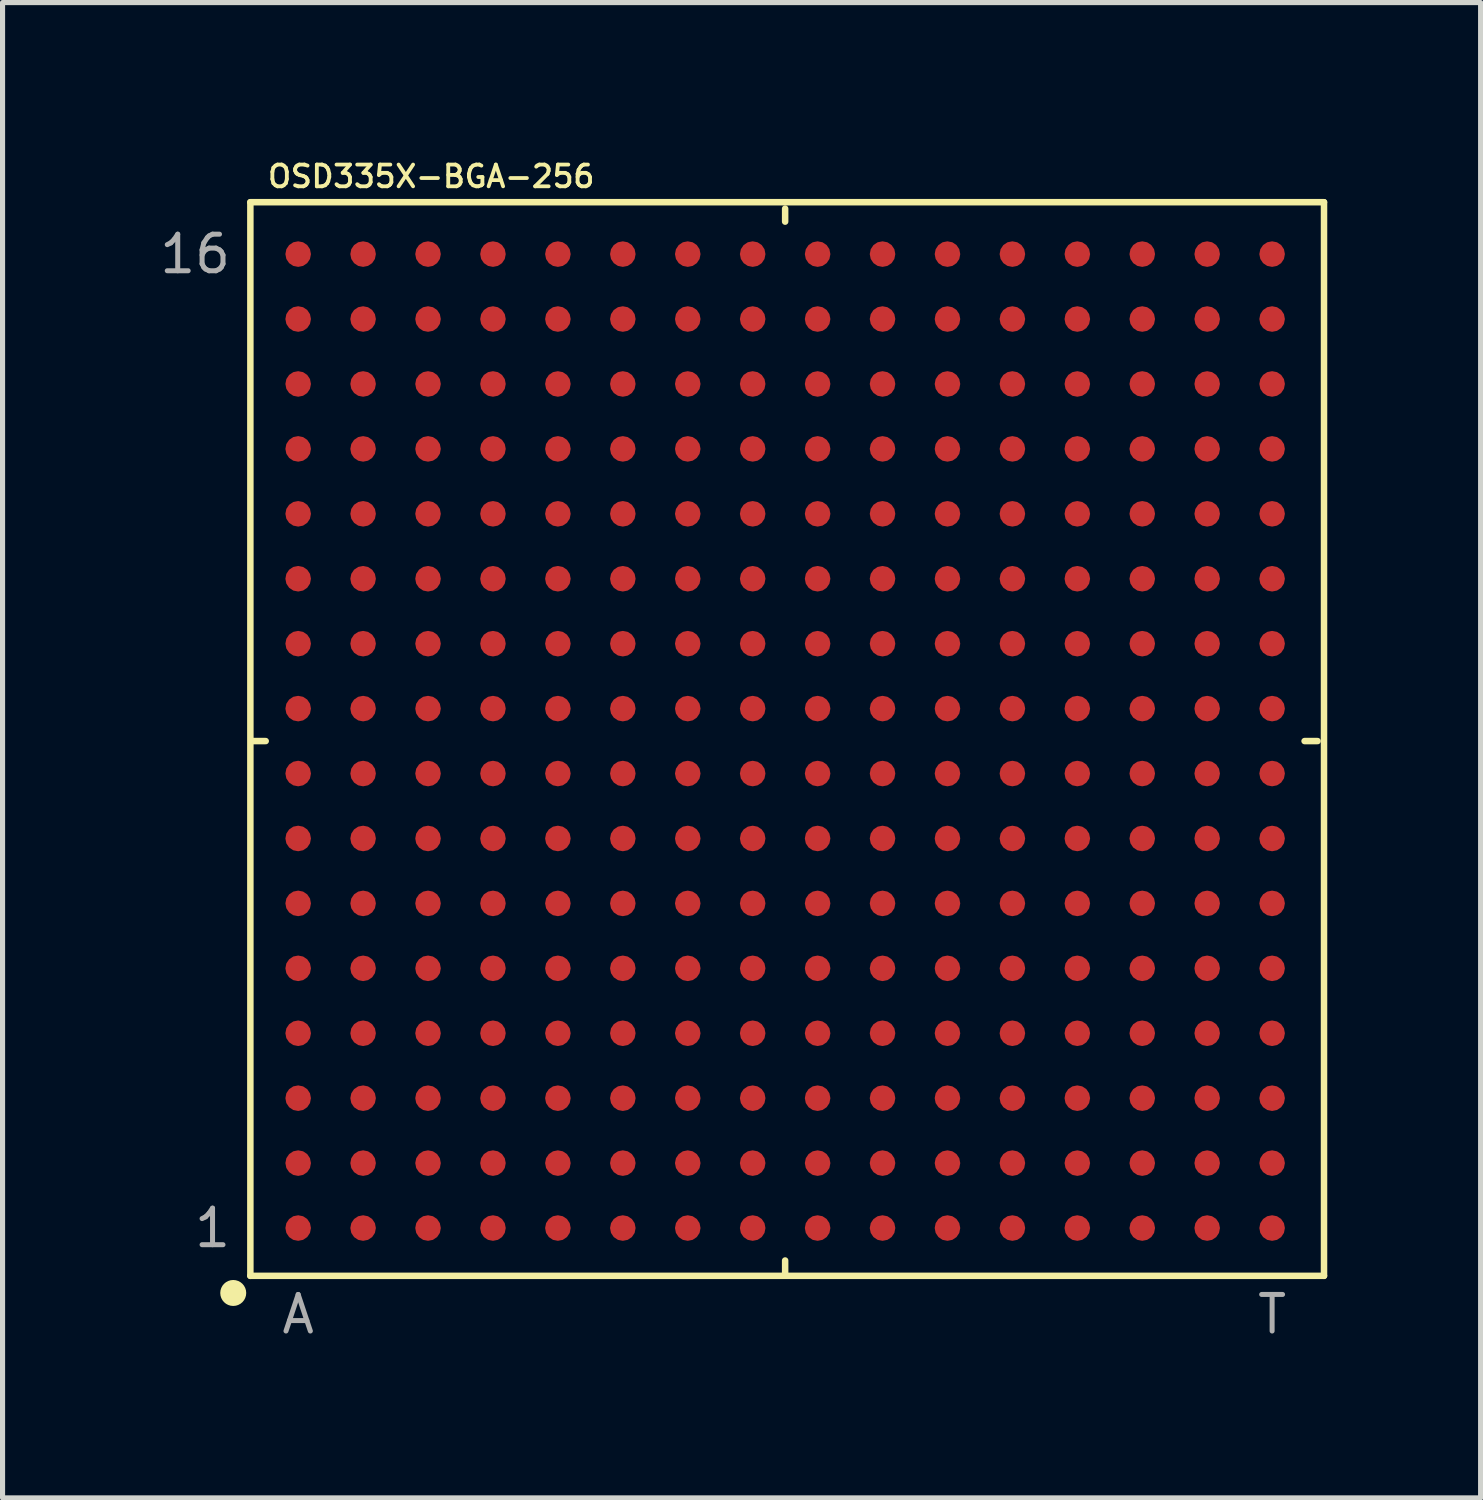
<source format=kicad_pcb>
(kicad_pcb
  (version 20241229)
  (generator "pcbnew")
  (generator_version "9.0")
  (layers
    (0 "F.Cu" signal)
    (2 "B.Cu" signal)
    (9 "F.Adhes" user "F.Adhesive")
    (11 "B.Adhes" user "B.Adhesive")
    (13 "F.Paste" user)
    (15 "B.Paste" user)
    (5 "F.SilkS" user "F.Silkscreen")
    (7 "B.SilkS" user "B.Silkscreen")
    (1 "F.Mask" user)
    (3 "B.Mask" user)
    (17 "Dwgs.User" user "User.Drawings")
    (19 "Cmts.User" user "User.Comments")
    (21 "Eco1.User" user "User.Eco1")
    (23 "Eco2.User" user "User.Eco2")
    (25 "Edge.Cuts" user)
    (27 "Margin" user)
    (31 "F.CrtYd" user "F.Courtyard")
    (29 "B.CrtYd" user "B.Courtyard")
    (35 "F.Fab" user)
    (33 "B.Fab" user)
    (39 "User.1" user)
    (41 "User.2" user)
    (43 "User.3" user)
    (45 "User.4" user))
  (footprint "OSD335X-BGA-256"
    (layer "F.Cu")
    (at 12.307 11.445)
    (property "Reference" "OSD335X-BGA-256" (at -10.16 -10.795 0) (layer "F.SilkS") (effects (font (size 0.425 0.425) (thickness 0.075)) (justify left bottom)))
    (fp_line (start -10.46 -10.54) (end -10.46 10.46) (stroke (width 0.127) (type solid)) (layer "F.SilkS"))
    (fp_line (start -10.46 10.46) (end 10.54 10.46) (stroke (width 0.127) (type solid)) (layer "F.SilkS"))
    (fp_line (start -10.414 0) (end -10.16 0) (stroke (width 0.127) (type solid)) (layer "F.SilkS"))
    (fp_line (start 0 -10.414) (end 0 -10.16) (stroke (width 0.127) (type solid)) (layer "F.SilkS"))
    (fp_line (start 0 10.414) (end 0 10.16) (stroke (width 0.127) (type solid)) (layer "F.SilkS"))
    (fp_line (start 10.414 0) (end 10.16 0) (stroke (width 0.127) (type solid)) (layer "F.SilkS"))
    (fp_line (start 10.54 -10.54) (end -10.46 -10.54) (stroke (width 0.127) (type solid)) (layer "F.SilkS"))
    (fp_line (start 10.54 10.46) (end 10.54 -10.54) (stroke (width 0.127) (type solid)) (layer "F.SilkS"))
    (fp_circle (center -10.795 10.795) (end -10.668 10.795) (stroke (width 0.254) (type solid)) (fill no) (layer "F.SilkS"))
    (fp_text user "1" (at -10.795 9.525 0) (layer "F.Fab") (effects (font (size 0.715 0.715) (thickness 0.098)) (justify right)))
    (fp_text user "16" (at -10.795 -9.525 0) (layer "F.Fab") (effects (font (size 0.715 0.715) (thickness 0.098)) (justify right)))
    (fp_text user "A" (at -9.525 10.795 0) (layer "F.Fab") (effects (font (size 0.715 0.715) (thickness 0.098)) (justify top)))
    (fp_text user "T" (at 9.525 10.795 0) (layer "F.Fab") (effects (font (size 0.715 0.715) (thickness 0.098)) (justify top)))
    (pad "A1" smd roundrect (at -9.525 9.525) (size 0.5 0.5) (layers "F.Cu" "F.Mask" "F.Paste") (roundrect_rratio 0.5))
    (pad "A2" smd roundrect (at -9.525 8.255) (size 0.5 0.5) (layers "F.Cu" "F.Mask" "F.Paste") (roundrect_rratio 0.5))
    (pad "A3" smd roundrect (at -9.525 6.985) (size 0.5 0.5) (layers "F.Cu" "F.Mask" "F.Paste") (roundrect_rratio 0.5))
    (pad "A4" smd roundrect (at -9.525 5.715) (size 0.5 0.5) (layers "F.Cu" "F.Mask" "F.Paste") (roundrect_rratio 0.5))
    (pad "A5" smd roundrect (at -9.525 4.445) (size 0.5 0.5) (layers "F.Cu" "F.Mask" "F.Paste") (roundrect_rratio 0.5))
    (pad "A6" smd roundrect (at -9.525 3.175) (size 0.5 0.5) (layers "F.Cu" "F.Mask" "F.Paste") (roundrect_rratio 0.5))
    (pad "A7" smd roundrect (at -9.525 1.905) (size 0.5 0.5) (layers "F.Cu" "F.Mask" "F.Paste") (roundrect_rratio 0.5))
    (pad "A8" smd roundrect (at -9.525 0.635) (size 0.5 0.5) (layers "F.Cu" "F.Mask" "F.Paste") (roundrect_rratio 0.5))
    (pad "A9" smd roundrect (at -9.525 -0.635) (size 0.5 0.5) (layers "F.Cu" "F.Mask" "F.Paste") (roundrect_rratio 0.5))
    (pad "A10" smd roundrect (at -9.525 -1.905) (size 0.5 0.5) (layers "F.Cu" "F.Mask" "F.Paste") (roundrect_rratio 0.5))
    (pad "A11" smd roundrect (at -9.525 -3.175) (size 0.5 0.5) (layers "F.Cu" "F.Mask" "F.Paste") (roundrect_rratio 0.5))
    (pad "A12" smd roundrect (at -9.525 -4.445) (size 0.5 0.5) (layers "F.Cu" "F.Mask" "F.Paste") (roundrect_rratio 0.5))
    (pad "A13" smd roundrect (at -9.525 -5.715) (size 0.5 0.5) (layers "F.Cu" "F.Mask" "F.Paste") (roundrect_rratio 0.5))
    (pad "A14" smd roundrect (at -9.525 -6.985) (size 0.5 0.5) (layers "F.Cu" "F.Mask" "F.Paste") (roundrect_rratio 0.5))
    (pad "A15" smd roundrect (at -9.525 -8.255) (size 0.5 0.5) (layers "F.Cu" "F.Mask" "F.Paste") (roundrect_rratio 0.5))
    (pad "A16" smd roundrect (at -9.525 -9.525) (size 0.5 0.5) (layers "F.Cu" "F.Mask" "F.Paste") (roundrect_rratio 0.5))
    (pad "B1" smd roundrect (at -8.255 9.525) (size 0.5 0.5) (layers "F.Cu" "F.Mask" "F.Paste") (roundrect_rratio 0.5))
    (pad "B2" smd roundrect (at -8.255 8.255) (size 0.5 0.5) (layers "F.Cu" "F.Mask" "F.Paste") (roundrect_rratio 0.5))
    (pad "B3" smd roundrect (at -8.255 6.985) (size 0.5 0.5) (layers "F.Cu" "F.Mask" "F.Paste") (roundrect_rratio 0.5))
    (pad "B4" smd roundrect (at -8.255 5.715) (size 0.5 0.5) (layers "F.Cu" "F.Mask" "F.Paste") (roundrect_rratio 0.5))
    (pad "B5" smd roundrect (at -8.255 4.445) (size 0.5 0.5) (layers "F.Cu" "F.Mask" "F.Paste") (roundrect_rratio 0.5))
    (pad "B6" smd roundrect (at -8.255 3.175) (size 0.5 0.5) (layers "F.Cu" "F.Mask" "F.Paste") (roundrect_rratio 0.5))
    (pad "B7" smd roundrect (at -8.255 1.905) (size 0.5 0.5) (layers "F.Cu" "F.Mask" "F.Paste") (roundrect_rratio 0.5))
    (pad "B8" smd roundrect (at -8.255 0.635) (size 0.5 0.5) (layers "F.Cu" "F.Mask" "F.Paste") (roundrect_rratio 0.5))
    (pad "B9" smd roundrect (at -8.255 -0.635) (size 0.5 0.5) (layers "F.Cu" "F.Mask" "F.Paste") (roundrect_rratio 0.5))
    (pad "B10" smd roundrect (at -8.255 -1.905) (size 0.5 0.5) (layers "F.Cu" "F.Mask" "F.Paste") (roundrect_rratio 0.5))
    (pad "B11" smd roundrect (at -8.255 -3.175) (size 0.5 0.5) (layers "F.Cu" "F.Mask" "F.Paste") (roundrect_rratio 0.5))
    (pad "B12" smd roundrect (at -8.255 -4.445) (size 0.5 0.5) (layers "F.Cu" "F.Mask" "F.Paste") (roundrect_rratio 0.5))
    (pad "B13" smd roundrect (at -8.255 -5.715) (size 0.5 0.5) (layers "F.Cu" "F.Mask" "F.Paste") (roundrect_rratio 0.5))
    (pad "B14" smd roundrect (at -8.255 -6.985) (size 0.5 0.5) (layers "F.Cu" "F.Mask" "F.Paste") (roundrect_rratio 0.5))
    (pad "B15" smd roundrect (at -8.255 -8.255) (size 0.5 0.5) (layers "F.Cu" "F.Mask" "F.Paste") (roundrect_rratio 0.5))
    (pad "B16" smd roundrect (at -8.255 -9.525) (size 0.5 0.5) (layers "F.Cu" "F.Mask" "F.Paste") (roundrect_rratio 0.5))
    (pad "C1" smd roundrect (at -6.985 9.525) (size 0.5 0.5) (layers "F.Cu" "F.Mask" "F.Paste") (roundrect_rratio 0.5))
    (pad "C2" smd roundrect (at -6.985 8.255) (size 0.5 0.5) (layers "F.Cu" "F.Mask" "F.Paste") (roundrect_rratio 0.5))
    (pad "C3" smd roundrect (at -6.985 6.985) (size 0.5 0.5) (layers "F.Cu" "F.Mask" "F.Paste") (roundrect_rratio 0.5))
    (pad "C4" smd roundrect (at -6.985 5.715) (size 0.5 0.5) (layers "F.Cu" "F.Mask" "F.Paste") (roundrect_rratio 0.5))
    (pad "C5" smd roundrect (at -6.985 4.445) (size 0.5 0.5) (layers "F.Cu" "F.Mask" "F.Paste") (roundrect_rratio 0.5))
    (pad "C6" smd roundrect (at -6.985 3.175) (size 0.5 0.5) (layers "F.Cu" "F.Mask" "F.Paste") (roundrect_rratio 0.5))
    (pad "C7" smd roundrect (at -6.985 1.905) (size 0.5 0.5) (layers "F.Cu" "F.Mask" "F.Paste") (roundrect_rratio 0.5))
    (pad "C8" smd roundrect (at -6.985 0.635) (size 0.5 0.5) (layers "F.Cu" "F.Mask" "F.Paste") (roundrect_rratio 0.5))
    (pad "C9" smd roundrect (at -6.985 -0.635) (size 0.5 0.5) (layers "F.Cu" "F.Mask" "F.Paste") (roundrect_rratio 0.5))
    (pad "C10" smd roundrect (at -6.985 -1.905) (size 0.5 0.5) (layers "F.Cu" "F.Mask" "F.Paste") (roundrect_rratio 0.5))
    (pad "C11" smd roundrect (at -6.985 -3.175) (size 0.5 0.5) (layers "F.Cu" "F.Mask" "F.Paste") (roundrect_rratio 0.5))
    (pad "C12" smd roundrect (at -6.985 -4.445) (size 0.5 0.5) (layers "F.Cu" "F.Mask" "F.Paste") (roundrect_rratio 0.5))
    (pad "C13" smd roundrect (at -6.985 -5.715) (size 0.5 0.5) (layers "F.Cu" "F.Mask" "F.Paste") (roundrect_rratio 0.5))
    (pad "C14" smd roundrect (at -6.985 -6.985) (size 0.5 0.5) (layers "F.Cu" "F.Mask" "F.Paste") (roundrect_rratio 0.5))
    (pad "C15" smd roundrect (at -6.985 -8.255) (size 0.5 0.5) (layers "F.Cu" "F.Mask" "F.Paste") (roundrect_rratio 0.5))
    (pad "C16" smd roundrect (at -6.985 -9.525) (size 0.5 0.5) (layers "F.Cu" "F.Mask" "F.Paste") (roundrect_rratio 0.5))
    (pad "D1" smd roundrect (at -5.715 9.525) (size 0.5 0.5) (layers "F.Cu" "F.Mask" "F.Paste") (roundrect_rratio 0.5))
    (pad "D2" smd roundrect (at -5.715 8.255) (size 0.5 0.5) (layers "F.Cu" "F.Mask" "F.Paste") (roundrect_rratio 0.5))
    (pad "D3" smd roundrect (at -5.715 6.985) (size 0.5 0.5) (layers "F.Cu" "F.Mask" "F.Paste") (roundrect_rratio 0.5))
    (pad "D4" smd roundrect (at -5.715 5.715) (size 0.5 0.5) (layers "F.Cu" "F.Mask" "F.Paste") (roundrect_rratio 0.5))
    (pad "D5" smd roundrect (at -5.715 4.445) (size 0.5 0.5) (layers "F.Cu" "F.Mask" "F.Paste") (roundrect_rratio 0.5))
    (pad "D6" smd roundrect (at -5.715 3.175) (size 0.5 0.5) (layers "F.Cu" "F.Mask" "F.Paste") (roundrect_rratio 0.5))
    (pad "D7" smd roundrect (at -5.715 1.905) (size 0.5 0.5) (layers "F.Cu" "F.Mask" "F.Paste") (roundrect_rratio 0.5))
    (pad "D8" smd roundrect (at -5.715 0.635) (size 0.5 0.5) (layers "F.Cu" "F.Mask" "F.Paste") (roundrect_rratio 0.5))
    (pad "D9" smd roundrect (at -5.715 -0.635) (size 0.5 0.5) (layers "F.Cu" "F.Mask" "F.Paste") (roundrect_rratio 0.5))
    (pad "D10" smd roundrect (at -5.715 -1.905) (size 0.5 0.5) (layers "F.Cu" "F.Mask" "F.Paste") (roundrect_rratio 0.5))
    (pad "D11" smd roundrect (at -5.715 -3.175) (size 0.5 0.5) (layers "F.Cu" "F.Mask" "F.Paste") (roundrect_rratio 0.5))
    (pad "D12" smd roundrect (at -5.715 -4.445) (size 0.5 0.5) (layers "F.Cu" "F.Mask" "F.Paste") (roundrect_rratio 0.5))
    (pad "D13" smd roundrect (at -5.715 -5.715) (size 0.5 0.5) (layers "F.Cu" "F.Mask" "F.Paste") (roundrect_rratio 0.5))
    (pad "D14" smd roundrect (at -5.715 -6.985) (size 0.5 0.5) (layers "F.Cu" "F.Mask" "F.Paste") (roundrect_rratio 0.5))
    (pad "D15" smd roundrect (at -5.715 -8.255) (size 0.5 0.5) (layers "F.Cu" "F.Mask" "F.Paste") (roundrect_rratio 0.5))
    (pad "D16" smd roundrect (at -5.715 -9.525) (size 0.5 0.5) (layers "F.Cu" "F.Mask" "F.Paste") (roundrect_rratio 0.5))
    (pad "E1" smd roundrect (at -4.445 9.525) (size 0.5 0.5) (layers "F.Cu" "F.Mask" "F.Paste") (roundrect_rratio 0.5))
    (pad "E2" smd roundrect (at -4.445 8.255) (size 0.5 0.5) (layers "F.Cu" "F.Mask" "F.Paste") (roundrect_rratio 0.5))
    (pad "E3" smd roundrect (at -4.445 6.985) (size 0.5 0.5) (layers "F.Cu" "F.Mask" "F.Paste") (roundrect_rratio 0.5))
    (pad "E4" smd roundrect (at -4.445 5.715) (size 0.5 0.5) (layers "F.Cu" "F.Mask" "F.Paste") (roundrect_rratio 0.5))
    (pad "E5" smd roundrect (at -4.445 4.445) (size 0.5 0.5) (layers "F.Cu" "F.Mask" "F.Paste") (roundrect_rratio 0.5))
    (pad "E6" smd roundrect (at -4.445 3.175) (size 0.5 0.5) (layers "F.Cu" "F.Mask" "F.Paste") (roundrect_rratio 0.5))
    (pad "E7" smd roundrect (at -4.445 1.905) (size 0.5 0.5) (layers "F.Cu" "F.Mask" "F.Paste") (roundrect_rratio 0.5))
    (pad "E8" smd roundrect (at -4.445 0.635) (size 0.5 0.5) (layers "F.Cu" "F.Mask" "F.Paste") (roundrect_rratio 0.5))
    (pad "E9" smd roundrect (at -4.445 -0.635) (size 0.5 0.5) (layers "F.Cu" "F.Mask" "F.Paste") (roundrect_rratio 0.5))
    (pad "E10" smd roundrect (at -4.445 -1.905) (size 0.5 0.5) (layers "F.Cu" "F.Mask" "F.Paste") (roundrect_rratio 0.5))
    (pad "E11" smd roundrect (at -4.445 -3.175) (size 0.5 0.5) (layers "F.Cu" "F.Mask" "F.Paste") (roundrect_rratio 0.5))
    (pad "E12" smd roundrect (at -4.445 -4.445) (size 0.5 0.5) (layers "F.Cu" "F.Mask" "F.Paste") (roundrect_rratio 0.5))
    (pad "E13" smd roundrect (at -4.445 -5.715) (size 0.5 0.5) (layers "F.Cu" "F.Mask" "F.Paste") (roundrect_rratio 0.5))
    (pad "E14" smd roundrect (at -4.445 -6.985) (size 0.5 0.5) (layers "F.Cu" "F.Mask" "F.Paste") (roundrect_rratio 0.5))
    (pad "E15" smd roundrect (at -4.445 -8.255) (size 0.5 0.5) (layers "F.Cu" "F.Mask" "F.Paste") (roundrect_rratio 0.5))
    (pad "E16" smd roundrect (at -4.445 -9.525) (size 0.5 0.5) (layers "F.Cu" "F.Mask" "F.Paste") (roundrect_rratio 0.5))
    (pad "F1" smd roundrect (at -3.175 9.525) (size 0.5 0.5) (layers "F.Cu" "F.Mask" "F.Paste") (roundrect_rratio 0.5))
    (pad "F2" smd roundrect (at -3.175 8.255) (size 0.5 0.5) (layers "F.Cu" "F.Mask" "F.Paste") (roundrect_rratio 0.5))
    (pad "F3" smd roundrect (at -3.175 6.985) (size 0.5 0.5) (layers "F.Cu" "F.Mask" "F.Paste") (roundrect_rratio 0.5))
    (pad "F4" smd roundrect (at -3.175 5.715) (size 0.5 0.5) (layers "F.Cu" "F.Mask" "F.Paste") (roundrect_rratio 0.5))
    (pad "F5" smd roundrect (at -3.175 4.445) (size 0.5 0.5) (layers "F.Cu" "F.Mask" "F.Paste") (roundrect_rratio 0.5))
    (pad "F6" smd roundrect (at -3.175 3.175) (size 0.5 0.5) (layers "F.Cu" "F.Mask" "F.Paste") (roundrect_rratio 0.5))
    (pad "F7" smd roundrect (at -3.175 1.905) (size 0.5 0.5) (layers "F.Cu" "F.Mask" "F.Paste") (roundrect_rratio 0.5))
    (pad "F8" smd roundrect (at -3.175 0.635) (size 0.5 0.5) (layers "F.Cu" "F.Mask" "F.Paste") (roundrect_rratio 0.5))
    (pad "F9" smd roundrect (at -3.175 -0.635) (size 0.5 0.5) (layers "F.Cu" "F.Mask" "F.Paste") (roundrect_rratio 0.5))
    (pad "F10" smd roundrect (at -3.175 -1.905) (size 0.5 0.5) (layers "F.Cu" "F.Mask" "F.Paste") (roundrect_rratio 0.5))
    (pad "F11" smd roundrect (at -3.175 -3.175) (size 0.5 0.5) (layers "F.Cu" "F.Mask" "F.Paste") (roundrect_rratio 0.5))
    (pad "F12" smd roundrect (at -3.175 -4.445) (size 0.5 0.5) (layers "F.Cu" "F.Mask" "F.Paste") (roundrect_rratio 0.5))
    (pad "F13" smd roundrect (at -3.175 -5.715) (size 0.5 0.5) (layers "F.Cu" "F.Mask" "F.Paste") (roundrect_rratio 0.5))
    (pad "F14" smd roundrect (at -3.175 -6.985) (size 0.5 0.5) (layers "F.Cu" "F.Mask" "F.Paste") (roundrect_rratio 0.5))
    (pad "F15" smd roundrect (at -3.175 -8.255) (size 0.5 0.5) (layers "F.Cu" "F.Mask" "F.Paste") (roundrect_rratio 0.5))
    (pad "F16" smd roundrect (at -3.175 -9.525) (size 0.5 0.5) (layers "F.Cu" "F.Mask" "F.Paste") (roundrect_rratio 0.5))
    (pad "G1" smd roundrect (at -1.905 9.525) (size 0.5 0.5) (layers "F.Cu" "F.Mask" "F.Paste") (roundrect_rratio 0.5))
    (pad "G2" smd roundrect (at -1.905 8.255) (size 0.5 0.5) (layers "F.Cu" "F.Mask" "F.Paste") (roundrect_rratio 0.5))
    (pad "G3" smd roundrect (at -1.905 6.985) (size 0.5 0.5) (layers "F.Cu" "F.Mask" "F.Paste") (roundrect_rratio 0.5))
    (pad "G4" smd roundrect (at -1.905 5.715) (size 0.5 0.5) (layers "F.Cu" "F.Mask" "F.Paste") (roundrect_rratio 0.5))
    (pad "G5" smd roundrect (at -1.905 4.445) (size 0.5 0.5) (layers "F.Cu" "F.Mask" "F.Paste") (roundrect_rratio 0.5))
    (pad "G6" smd roundrect (at -1.905 3.175) (size 0.5 0.5) (layers "F.Cu" "F.Mask" "F.Paste") (roundrect_rratio 0.5))
    (pad "G7" smd roundrect (at -1.905 1.905) (size 0.5 0.5) (layers "F.Cu" "F.Mask" "F.Paste") (roundrect_rratio 0.5))
    (pad "G8" smd roundrect (at -1.905 0.635) (size 0.5 0.5) (layers "F.Cu" "F.Mask" "F.Paste") (roundrect_rratio 0.5))
    (pad "G9" smd roundrect (at -1.905 -0.635) (size 0.5 0.5) (layers "F.Cu" "F.Mask" "F.Paste") (roundrect_rratio 0.5))
    (pad "G10" smd roundrect (at -1.905 -1.905) (size 0.5 0.5) (layers "F.Cu" "F.Mask" "F.Paste") (roundrect_rratio 0.5))
    (pad "G11" smd roundrect (at -1.905 -3.175) (size 0.5 0.5) (layers "F.Cu" "F.Mask" "F.Paste") (roundrect_rratio 0.5))
    (pad "G12" smd roundrect (at -1.905 -4.445) (size 0.5 0.5) (layers "F.Cu" "F.Mask" "F.Paste") (roundrect_rratio 0.5))
    (pad "G13" smd roundrect (at -1.905 -5.715) (size 0.5 0.5) (layers "F.Cu" "F.Mask" "F.Paste") (roundrect_rratio 0.5))
    (pad "G14" smd roundrect (at -1.905 -6.985) (size 0.5 0.5) (layers "F.Cu" "F.Mask" "F.Paste") (roundrect_rratio 0.5))
    (pad "G15" smd roundrect (at -1.905 -8.255) (size 0.5 0.5) (layers "F.Cu" "F.Mask" "F.Paste") (roundrect_rratio 0.5))
    (pad "G16" smd roundrect (at -1.905 -9.525) (size 0.5 0.5) (layers "F.Cu" "F.Mask" "F.Paste") (roundrect_rratio 0.5))
    (pad "H1" smd roundrect (at -0.635 9.525) (size 0.5 0.5) (layers "F.Cu" "F.Mask" "F.Paste") (roundrect_rratio 0.5))
    (pad "H2" smd roundrect (at -0.635 8.255) (size 0.5 0.5) (layers "F.Cu" "F.Mask" "F.Paste") (roundrect_rratio 0.5))
    (pad "H3" smd roundrect (at -0.635 6.985) (size 0.5 0.5) (layers "F.Cu" "F.Mask" "F.Paste") (roundrect_rratio 0.5))
    (pad "H4" smd roundrect (at -0.635 5.715) (size 0.5 0.5) (layers "F.Cu" "F.Mask" "F.Paste") (roundrect_rratio 0.5))
    (pad "H5" smd roundrect (at -0.635 4.445) (size 0.5 0.5) (layers "F.Cu" "F.Mask" "F.Paste") (roundrect_rratio 0.5))
    (pad "H6" smd roundrect (at -0.635 3.175) (size 0.5 0.5) (layers "F.Cu" "F.Mask" "F.Paste") (roundrect_rratio 0.5))
    (pad "H7" smd roundrect (at -0.635 1.905) (size 0.5 0.5) (layers "F.Cu" "F.Mask" "F.Paste") (roundrect_rratio 0.5))
    (pad "H8" smd roundrect (at -0.635 0.635) (size 0.5 0.5) (layers "F.Cu" "F.Mask" "F.Paste") (roundrect_rratio 0.5))
    (pad "H9" smd roundrect (at -0.635 -0.635) (size 0.5 0.5) (layers "F.Cu" "F.Mask" "F.Paste") (roundrect_rratio 0.5))
    (pad "H10" smd roundrect (at -0.635 -1.905) (size 0.5 0.5) (layers "F.Cu" "F.Mask" "F.Paste") (roundrect_rratio 0.5))
    (pad "H11" smd roundrect (at -0.635 -3.175) (size 0.5 0.5) (layers "F.Cu" "F.Mask" "F.Paste") (roundrect_rratio 0.5))
    (pad "H12" smd roundrect (at -0.635 -4.445) (size 0.5 0.5) (layers "F.Cu" "F.Mask" "F.Paste") (roundrect_rratio 0.5))
    (pad "H13" smd roundrect (at -0.635 -5.715) (size 0.5 0.5) (layers "F.Cu" "F.Mask" "F.Paste") (roundrect_rratio 0.5))
    (pad "H14" smd roundrect (at -0.635 -6.985) (size 0.5 0.5) (layers "F.Cu" "F.Mask" "F.Paste") (roundrect_rratio 0.5))
    (pad "H15" smd roundrect (at -0.635 -8.255) (size 0.5 0.5) (layers "F.Cu" "F.Mask" "F.Paste") (roundrect_rratio 0.5))
    (pad "H16" smd roundrect (at -0.635 -9.525) (size 0.5 0.5) (layers "F.Cu" "F.Mask" "F.Paste") (roundrect_rratio 0.5))
    (pad "J1" smd roundrect (at 0.635 9.525) (size 0.5 0.5) (layers "F.Cu" "F.Mask" "F.Paste") (roundrect_rratio 0.5))
    (pad "J2" smd roundrect (at 0.635 8.255) (size 0.5 0.5) (layers "F.Cu" "F.Mask" "F.Paste") (roundrect_rratio 0.5))
    (pad "J3" smd roundrect (at 0.635 6.985) (size 0.5 0.5) (layers "F.Cu" "F.Mask" "F.Paste") (roundrect_rratio 0.5))
    (pad "J4" smd roundrect (at 0.635 5.715) (size 0.5 0.5) (layers "F.Cu" "F.Mask" "F.Paste") (roundrect_rratio 0.5))
    (pad "J5" smd roundrect (at 0.635 4.445) (size 0.5 0.5) (layers "F.Cu" "F.Mask" "F.Paste") (roundrect_rratio 0.5))
    (pad "J6" smd roundrect (at 0.635 3.175) (size 0.5 0.5) (layers "F.Cu" "F.Mask" "F.Paste") (roundrect_rratio 0.5))
    (pad "J7" smd roundrect (at 0.635 1.905) (size 0.5 0.5) (layers "F.Cu" "F.Mask" "F.Paste") (roundrect_rratio 0.5))
    (pad "J8" smd roundrect (at 0.635 0.635) (size 0.5 0.5) (layers "F.Cu" "F.Mask" "F.Paste") (roundrect_rratio 0.5))
    (pad "J9" smd roundrect (at 0.635 -0.635) (size 0.5 0.5) (layers "F.Cu" "F.Mask" "F.Paste") (roundrect_rratio 0.5))
    (pad "J10" smd roundrect (at 0.635 -1.905) (size 0.5 0.5) (layers "F.Cu" "F.Mask" "F.Paste") (roundrect_rratio 0.5))
    (pad "J11" smd roundrect (at 0.635 -3.175) (size 0.5 0.5) (layers "F.Cu" "F.Mask" "F.Paste") (roundrect_rratio 0.5))
    (pad "J12" smd roundrect (at 0.635 -4.445) (size 0.5 0.5) (layers "F.Cu" "F.Mask" "F.Paste") (roundrect_rratio 0.5))
    (pad "J13" smd roundrect (at 0.635 -5.715) (size 0.5 0.5) (layers "F.Cu" "F.Mask" "F.Paste") (roundrect_rratio 0.5))
    (pad "J14" smd roundrect (at 0.635 -6.985) (size 0.5 0.5) (layers "F.Cu" "F.Mask" "F.Paste") (roundrect_rratio 0.5))
    (pad "J15" smd roundrect (at 0.635 -8.255) (size 0.5 0.5) (layers "F.Cu" "F.Mask" "F.Paste") (roundrect_rratio 0.5))
    (pad "J16" smd roundrect (at 0.635 -9.525) (size 0.5 0.5) (layers "F.Cu" "F.Mask" "F.Paste") (roundrect_rratio 0.5))
    (pad "K1" smd roundrect (at 1.905 9.525) (size 0.5 0.5) (layers "F.Cu" "F.Mask" "F.Paste") (roundrect_rratio 0.5))
    (pad "K2" smd roundrect (at 1.905 8.255) (size 0.5 0.5) (layers "F.Cu" "F.Mask" "F.Paste") (roundrect_rratio 0.5))
    (pad "K3" smd roundrect (at 1.905 6.985) (size 0.5 0.5) (layers "F.Cu" "F.Mask" "F.Paste") (roundrect_rratio 0.5))
    (pad "K4" smd roundrect (at 1.905 5.715) (size 0.5 0.5) (layers "F.Cu" "F.Mask" "F.Paste") (roundrect_rratio 0.5))
    (pad "K5" smd roundrect (at 1.905 4.445) (size 0.5 0.5) (layers "F.Cu" "F.Mask" "F.Paste") (roundrect_rratio 0.5))
    (pad "K6" smd roundrect (at 1.905 3.175) (size 0.5 0.5) (layers "F.Cu" "F.Mask" "F.Paste") (roundrect_rratio 0.5))
    (pad "K7" smd roundrect (at 1.905 1.905) (size 0.5 0.5) (layers "F.Cu" "F.Mask" "F.Paste") (roundrect_rratio 0.5))
    (pad "K8" smd roundrect (at 1.905 0.635) (size 0.5 0.5) (layers "F.Cu" "F.Mask" "F.Paste") (roundrect_rratio 0.5))
    (pad "K9" smd roundrect (at 1.905 -0.635) (size 0.5 0.5) (layers "F.Cu" "F.Mask" "F.Paste") (roundrect_rratio 0.5))
    (pad "K10" smd roundrect (at 1.905 -1.905) (size 0.5 0.5) (layers "F.Cu" "F.Mask" "F.Paste") (roundrect_rratio 0.5))
    (pad "K11" smd roundrect (at 1.905 -3.175) (size 0.5 0.5) (layers "F.Cu" "F.Mask" "F.Paste") (roundrect_rratio 0.5))
    (pad "K12" smd roundrect (at 1.905 -4.445) (size 0.5 0.5) (layers "F.Cu" "F.Mask" "F.Paste") (roundrect_rratio 0.5))
    (pad "K13" smd roundrect (at 1.905 -5.715) (size 0.5 0.5) (layers "F.Cu" "F.Mask" "F.Paste") (roundrect_rratio 0.5))
    (pad "K14" smd roundrect (at 1.905 -6.985) (size 0.5 0.5) (layers "F.Cu" "F.Mask" "F.Paste") (roundrect_rratio 0.5))
    (pad "K15" smd roundrect (at 1.905 -8.255) (size 0.5 0.5) (layers "F.Cu" "F.Mask" "F.Paste") (roundrect_rratio 0.5))
    (pad "K16" smd roundrect (at 1.905 -9.525) (size 0.5 0.5) (layers "F.Cu" "F.Mask" "F.Paste") (roundrect_rratio 0.5))
    (pad "L1" smd roundrect (at 3.175 9.525) (size 0.5 0.5) (layers "F.Cu" "F.Mask" "F.Paste") (roundrect_rratio 0.5))
    (pad "L2" smd roundrect (at 3.175 8.255) (size 0.5 0.5) (layers "F.Cu" "F.Mask" "F.Paste") (roundrect_rratio 0.5))
    (pad "L3" smd roundrect (at 3.175 6.985) (size 0.5 0.5) (layers "F.Cu" "F.Mask" "F.Paste") (roundrect_rratio 0.5))
    (pad "L4" smd roundrect (at 3.175 5.715) (size 0.5 0.5) (layers "F.Cu" "F.Mask" "F.Paste") (roundrect_rratio 0.5))
    (pad "L5" smd roundrect (at 3.175 4.445) (size 0.5 0.5) (layers "F.Cu" "F.Mask" "F.Paste") (roundrect_rratio 0.5))
    (pad "L6" smd roundrect (at 3.175 3.175) (size 0.5 0.5) (layers "F.Cu" "F.Mask" "F.Paste") (roundrect_rratio 0.5))
    (pad "L7" smd roundrect (at 3.175 1.905) (size 0.5 0.5) (layers "F.Cu" "F.Mask" "F.Paste") (roundrect_rratio 0.5))
    (pad "L8" smd roundrect (at 3.175 0.635) (size 0.5 0.5) (layers "F.Cu" "F.Mask" "F.Paste") (roundrect_rratio 0.5))
    (pad "L9" smd roundrect (at 3.175 -0.635) (size 0.5 0.5) (layers "F.Cu" "F.Mask" "F.Paste") (roundrect_rratio 0.5))
    (pad "L10" smd roundrect (at 3.175 -1.905) (size 0.5 0.5) (layers "F.Cu" "F.Mask" "F.Paste") (roundrect_rratio 0.5))
    (pad "L11" smd roundrect (at 3.175 -3.175) (size 0.5 0.5) (layers "F.Cu" "F.Mask" "F.Paste") (roundrect_rratio 0.5))
    (pad "L12" smd roundrect (at 3.175 -4.445) (size 0.5 0.5) (layers "F.Cu" "F.Mask" "F.Paste") (roundrect_rratio 0.5))
    (pad "L13" smd roundrect (at 3.175 -5.715) (size 0.5 0.5) (layers "F.Cu" "F.Mask" "F.Paste") (roundrect_rratio 0.5))
    (pad "L14" smd roundrect (at 3.175 -6.985) (size 0.5 0.5) (layers "F.Cu" "F.Mask" "F.Paste") (roundrect_rratio 0.5))
    (pad "L15" smd roundrect (at 3.175 -8.255) (size 0.5 0.5) (layers "F.Cu" "F.Mask" "F.Paste") (roundrect_rratio 0.5))
    (pad "L16" smd roundrect (at 3.175 -9.525) (size 0.5 0.5) (layers "F.Cu" "F.Mask" "F.Paste") (roundrect_rratio 0.5))
    (pad "M1" smd roundrect (at 4.445 9.525) (size 0.5 0.5) (layers "F.Cu" "F.Mask" "F.Paste") (roundrect_rratio 0.5))
    (pad "M2" smd roundrect (at 4.445 8.255) (size 0.5 0.5) (layers "F.Cu" "F.Mask" "F.Paste") (roundrect_rratio 0.5))
    (pad "M3" smd roundrect (at 4.445 6.985) (size 0.5 0.5) (layers "F.Cu" "F.Mask" "F.Paste") (roundrect_rratio 0.5))
    (pad "M4" smd roundrect (at 4.445 5.715) (size 0.5 0.5) (layers "F.Cu" "F.Mask" "F.Paste") (roundrect_rratio 0.5))
    (pad "M5" smd roundrect (at 4.445 4.445) (size 0.5 0.5) (layers "F.Cu" "F.Mask" "F.Paste") (roundrect_rratio 0.5))
    (pad "M6" smd roundrect (at 4.445 3.175) (size 0.5 0.5) (layers "F.Cu" "F.Mask" "F.Paste") (roundrect_rratio 0.5))
    (pad "M7" smd roundrect (at 4.445 1.905) (size 0.5 0.5) (layers "F.Cu" "F.Mask" "F.Paste") (roundrect_rratio 0.5))
    (pad "M8" smd roundrect (at 4.445 0.635) (size 0.5 0.5) (layers "F.Cu" "F.Mask" "F.Paste") (roundrect_rratio 0.5))
    (pad "M9" smd roundrect (at 4.445 -0.635) (size 0.5 0.5) (layers "F.Cu" "F.Mask" "F.Paste") (roundrect_rratio 0.5))
    (pad "M10" smd roundrect (at 4.445 -1.905) (size 0.5 0.5) (layers "F.Cu" "F.Mask" "F.Paste") (roundrect_rratio 0.5))
    (pad "M11" smd roundrect (at 4.445 -3.175) (size 0.5 0.5) (layers "F.Cu" "F.Mask" "F.Paste") (roundrect_rratio 0.5))
    (pad "M12" smd roundrect (at 4.445 -4.445) (size 0.5 0.5) (layers "F.Cu" "F.Mask" "F.Paste") (roundrect_rratio 0.5))
    (pad "M13" smd roundrect (at 4.445 -5.715) (size 0.5 0.5) (layers "F.Cu" "F.Mask" "F.Paste") (roundrect_rratio 0.5))
    (pad "M14" smd roundrect (at 4.445 -6.985) (size 0.5 0.5) (layers "F.Cu" "F.Mask" "F.Paste") (roundrect_rratio 0.5))
    (pad "M15" smd roundrect (at 4.445 -8.255) (size 0.5 0.5) (layers "F.Cu" "F.Mask" "F.Paste") (roundrect_rratio 0.5))
    (pad "M16" smd roundrect (at 4.445 -9.525) (size 0.5 0.5) (layers "F.Cu" "F.Mask" "F.Paste") (roundrect_rratio 0.5))
    (pad "N1" smd roundrect (at 5.715 9.525) (size 0.5 0.5) (layers "F.Cu" "F.Mask" "F.Paste") (roundrect_rratio 0.5))
    (pad "N2" smd roundrect (at 5.715 8.255) (size 0.5 0.5) (layers "F.Cu" "F.Mask" "F.Paste") (roundrect_rratio 0.5))
    (pad "N3" smd roundrect (at 5.715 6.985) (size 0.5 0.5) (layers "F.Cu" "F.Mask" "F.Paste") (roundrect_rratio 0.5))
    (pad "N4" smd roundrect (at 5.715 5.715) (size 0.5 0.5) (layers "F.Cu" "F.Mask" "F.Paste") (roundrect_rratio 0.5))
    (pad "N5" smd roundrect (at 5.715 4.445) (size 0.5 0.5) (layers "F.Cu" "F.Mask" "F.Paste") (roundrect_rratio 0.5))
    (pad "N6" smd roundrect (at 5.715 3.175) (size 0.5 0.5) (layers "F.Cu" "F.Mask" "F.Paste") (roundrect_rratio 0.5))
    (pad "N7" smd roundrect (at 5.715 1.905) (size 0.5 0.5) (layers "F.Cu" "F.Mask" "F.Paste") (roundrect_rratio 0.5))
    (pad "N8" smd roundrect (at 5.715 0.635) (size 0.5 0.5) (layers "F.Cu" "F.Mask" "F.Paste") (roundrect_rratio 0.5))
    (pad "N9" smd roundrect (at 5.715 -0.635) (size 0.5 0.5) (layers "F.Cu" "F.Mask" "F.Paste") (roundrect_rratio 0.5))
    (pad "N10" smd roundrect (at 5.715 -1.905) (size 0.5 0.5) (layers "F.Cu" "F.Mask" "F.Paste") (roundrect_rratio 0.5))
    (pad "N11" smd roundrect (at 5.715 -3.175) (size 0.5 0.5) (layers "F.Cu" "F.Mask" "F.Paste") (roundrect_rratio 0.5))
    (pad "N12" smd roundrect (at 5.715 -4.445) (size 0.5 0.5) (layers "F.Cu" "F.Mask" "F.Paste") (roundrect_rratio 0.5))
    (pad "N13" smd roundrect (at 5.715 -5.715) (size 0.5 0.5) (layers "F.Cu" "F.Mask" "F.Paste") (roundrect_rratio 0.5))
    (pad "N14" smd roundrect (at 5.715 -6.985) (size 0.5 0.5) (layers "F.Cu" "F.Mask" "F.Paste") (roundrect_rratio 0.5))
    (pad "N15" smd roundrect (at 5.715 -8.255) (size 0.5 0.5) (layers "F.Cu" "F.Mask" "F.Paste") (roundrect_rratio 0.5))
    (pad "N16" smd roundrect (at 5.715 -9.525) (size 0.5 0.5) (layers "F.Cu" "F.Mask" "F.Paste") (roundrect_rratio 0.5))
    (pad "P1" smd roundrect (at 6.985 9.525) (size 0.5 0.5) (layers "F.Cu" "F.Mask" "F.Paste") (roundrect_rratio 0.5))
    (pad "P2" smd roundrect (at 6.985 8.255) (size 0.5 0.5) (layers "F.Cu" "F.Mask" "F.Paste") (roundrect_rratio 0.5))
    (pad "P3" smd roundrect (at 6.985 6.985) (size 0.5 0.5) (layers "F.Cu" "F.Mask" "F.Paste") (roundrect_rratio 0.5))
    (pad "P4" smd roundrect (at 6.985 5.715) (size 0.5 0.5) (layers "F.Cu" "F.Mask" "F.Paste") (roundrect_rratio 0.5))
    (pad "P5" smd roundrect (at 6.985 4.445) (size 0.5 0.5) (layers "F.Cu" "F.Mask" "F.Paste") (roundrect_rratio 0.5))
    (pad "P6" smd roundrect (at 6.985 3.175) (size 0.5 0.5) (layers "F.Cu" "F.Mask" "F.Paste") (roundrect_rratio 0.5))
    (pad "P7" smd roundrect (at 6.985 1.905) (size 0.5 0.5) (layers "F.Cu" "F.Mask" "F.Paste") (roundrect_rratio 0.5))
    (pad "P8" smd roundrect (at 6.985 0.635) (size 0.5 0.5) (layers "F.Cu" "F.Mask" "F.Paste") (roundrect_rratio 0.5))
    (pad "P9" smd roundrect (at 6.985 -0.635) (size 0.5 0.5) (layers "F.Cu" "F.Mask" "F.Paste") (roundrect_rratio 0.5))
    (pad "P10" smd roundrect (at 6.985 -1.905) (size 0.5 0.5) (layers "F.Cu" "F.Mask" "F.Paste") (roundrect_rratio 0.5))
    (pad "P11" smd roundrect (at 6.985 -3.175) (size 0.5 0.5) (layers "F.Cu" "F.Mask" "F.Paste") (roundrect_rratio 0.5))
    (pad "P12" smd roundrect (at 6.985 -4.445) (size 0.5 0.5) (layers "F.Cu" "F.Mask" "F.Paste") (roundrect_rratio 0.5))
    (pad "P13" smd roundrect (at 6.985 -5.715) (size 0.5 0.5) (layers "F.Cu" "F.Mask" "F.Paste") (roundrect_rratio 0.5))
    (pad "P14" smd roundrect (at 6.985 -6.985) (size 0.5 0.5) (layers "F.Cu" "F.Mask" "F.Paste") (roundrect_rratio 0.5))
    (pad "P15" smd roundrect (at 6.985 -8.255) (size 0.5 0.5) (layers "F.Cu" "F.Mask" "F.Paste") (roundrect_rratio 0.5))
    (pad "P16" smd roundrect (at 6.985 -9.525) (size 0.5 0.5) (layers "F.Cu" "F.Mask" "F.Paste") (roundrect_rratio 0.5))
    (pad "R1" smd roundrect (at 8.255 9.525) (size 0.5 0.5) (layers "F.Cu" "F.Mask" "F.Paste") (roundrect_rratio 0.5))
    (pad "R2" smd roundrect (at 8.255 8.255) (size 0.5 0.5) (layers "F.Cu" "F.Mask" "F.Paste") (roundrect_rratio 0.5))
    (pad "R3" smd roundrect (at 8.255 6.985) (size 0.5 0.5) (layers "F.Cu" "F.Mask" "F.Paste") (roundrect_rratio 0.5))
    (pad "R4" smd roundrect (at 8.255 5.715) (size 0.5 0.5) (layers "F.Cu" "F.Mask" "F.Paste") (roundrect_rratio 0.5))
    (pad "R5" smd roundrect (at 8.255 4.445) (size 0.5 0.5) (layers "F.Cu" "F.Mask" "F.Paste") (roundrect_rratio 0.5))
    (pad "R6" smd roundrect (at 8.255 3.175) (size 0.5 0.5) (layers "F.Cu" "F.Mask" "F.Paste") (roundrect_rratio 0.5))
    (pad "R7" smd roundrect (at 8.255 1.905) (size 0.5 0.5) (layers "F.Cu" "F.Mask" "F.Paste") (roundrect_rratio 0.5))
    (pad "R8" smd roundrect (at 8.255 0.635) (size 0.5 0.5) (layers "F.Cu" "F.Mask" "F.Paste") (roundrect_rratio 0.5))
    (pad "R9" smd roundrect (at 8.255 -0.635) (size 0.5 0.5) (layers "F.Cu" "F.Mask" "F.Paste") (roundrect_rratio 0.5))
    (pad "R10" smd roundrect (at 8.255 -1.905) (size 0.5 0.5) (layers "F.Cu" "F.Mask" "F.Paste") (roundrect_rratio 0.5))
    (pad "R11" smd roundrect (at 8.255 -3.175) (size 0.5 0.5) (layers "F.Cu" "F.Mask" "F.Paste") (roundrect_rratio 0.5))
    (pad "R12" smd roundrect (at 8.255 -4.445) (size 0.5 0.5) (layers "F.Cu" "F.Mask" "F.Paste") (roundrect_rratio 0.5))
    (pad "R13" smd roundrect (at 8.255 -5.715) (size 0.5 0.5) (layers "F.Cu" "F.Mask" "F.Paste") (roundrect_rratio 0.5))
    (pad "R14" smd roundrect (at 8.255 -6.985) (size 0.5 0.5) (layers "F.Cu" "F.Mask" "F.Paste") (roundrect_rratio 0.5))
    (pad "R15" smd roundrect (at 8.255 -8.255) (size 0.5 0.5) (layers "F.Cu" "F.Mask" "F.Paste") (roundrect_rratio 0.5))
    (pad "R16" smd roundrect (at 8.255 -9.525) (size 0.5 0.5) (layers "F.Cu" "F.Mask" "F.Paste") (roundrect_rratio 0.5))
    (pad "T1" smd roundrect (at 9.525 9.525) (size 0.5 0.5) (layers "F.Cu" "F.Mask" "F.Paste") (roundrect_rratio 0.5))
    (pad "T2" smd roundrect (at 9.525 8.255) (size 0.5 0.5) (layers "F.Cu" "F.Mask" "F.Paste") (roundrect_rratio 0.5))
    (pad "T3" smd roundrect (at 9.525 6.985) (size 0.5 0.5) (layers "F.Cu" "F.Mask" "F.Paste") (roundrect_rratio 0.5))
    (pad "T4" smd roundrect (at 9.525 5.715) (size 0.5 0.5) (layers "F.Cu" "F.Mask" "F.Paste") (roundrect_rratio 0.5))
    (pad "T5" smd roundrect (at 9.525 4.445) (size 0.5 0.5) (layers "F.Cu" "F.Mask" "F.Paste") (roundrect_rratio 0.5))
    (pad "T6" smd roundrect (at 9.525 3.175) (size 0.5 0.5) (layers "F.Cu" "F.Mask" "F.Paste") (roundrect_rratio 0.5))
    (pad "T7" smd roundrect (at 9.525 1.905) (size 0.5 0.5) (layers "F.Cu" "F.Mask" "F.Paste") (roundrect_rratio 0.5))
    (pad "T8" smd roundrect (at 9.525 0.635) (size 0.5 0.5) (layers "F.Cu" "F.Mask" "F.Paste") (roundrect_rratio 0.5))
    (pad "T9" smd roundrect (at 9.525 -0.635) (size 0.5 0.5) (layers "F.Cu" "F.Mask" "F.Paste") (roundrect_rratio 0.5))
    (pad "T10" smd roundrect (at 9.525 -1.905) (size 0.5 0.5) (layers "F.Cu" "F.Mask" "F.Paste") (roundrect_rratio 0.5))
    (pad "T11" smd roundrect (at 9.525 -3.175) (size 0.5 0.5) (layers "F.Cu" "F.Mask" "F.Paste") (roundrect_rratio 0.5))
    (pad "T12" smd roundrect (at 9.525 -4.445) (size 0.5 0.5) (layers "F.Cu" "F.Mask" "F.Paste") (roundrect_rratio 0.5))
    (pad "T13" smd roundrect (at 9.525 -5.715) (size 0.5 0.5) (layers "F.Cu" "F.Mask" "F.Paste") (roundrect_rratio 0.5))
    (pad "T14" smd roundrect (at 9.525 -6.985) (size 0.5 0.5) (layers "F.Cu" "F.Mask" "F.Paste") (roundrect_rratio 0.5))
    (pad "T15" smd roundrect (at 9.525 -8.255) (size 0.5 0.5) (layers "F.Cu" "F.Mask" "F.Paste") (roundrect_rratio 0.5))
    (pad "T16" smd roundrect (at 9.525 -9.525) (size 0.5 0.5) (layers "F.Cu" "F.Mask" "F.Paste") (roundrect_rratio 0.5)))
  (gr_rect
    (start -3 -3)
    (end 25.91 26.248)
    (stroke (width 0.1) (type default))
    (fill no)
    (layer "Edge.Cuts")))
</source>
